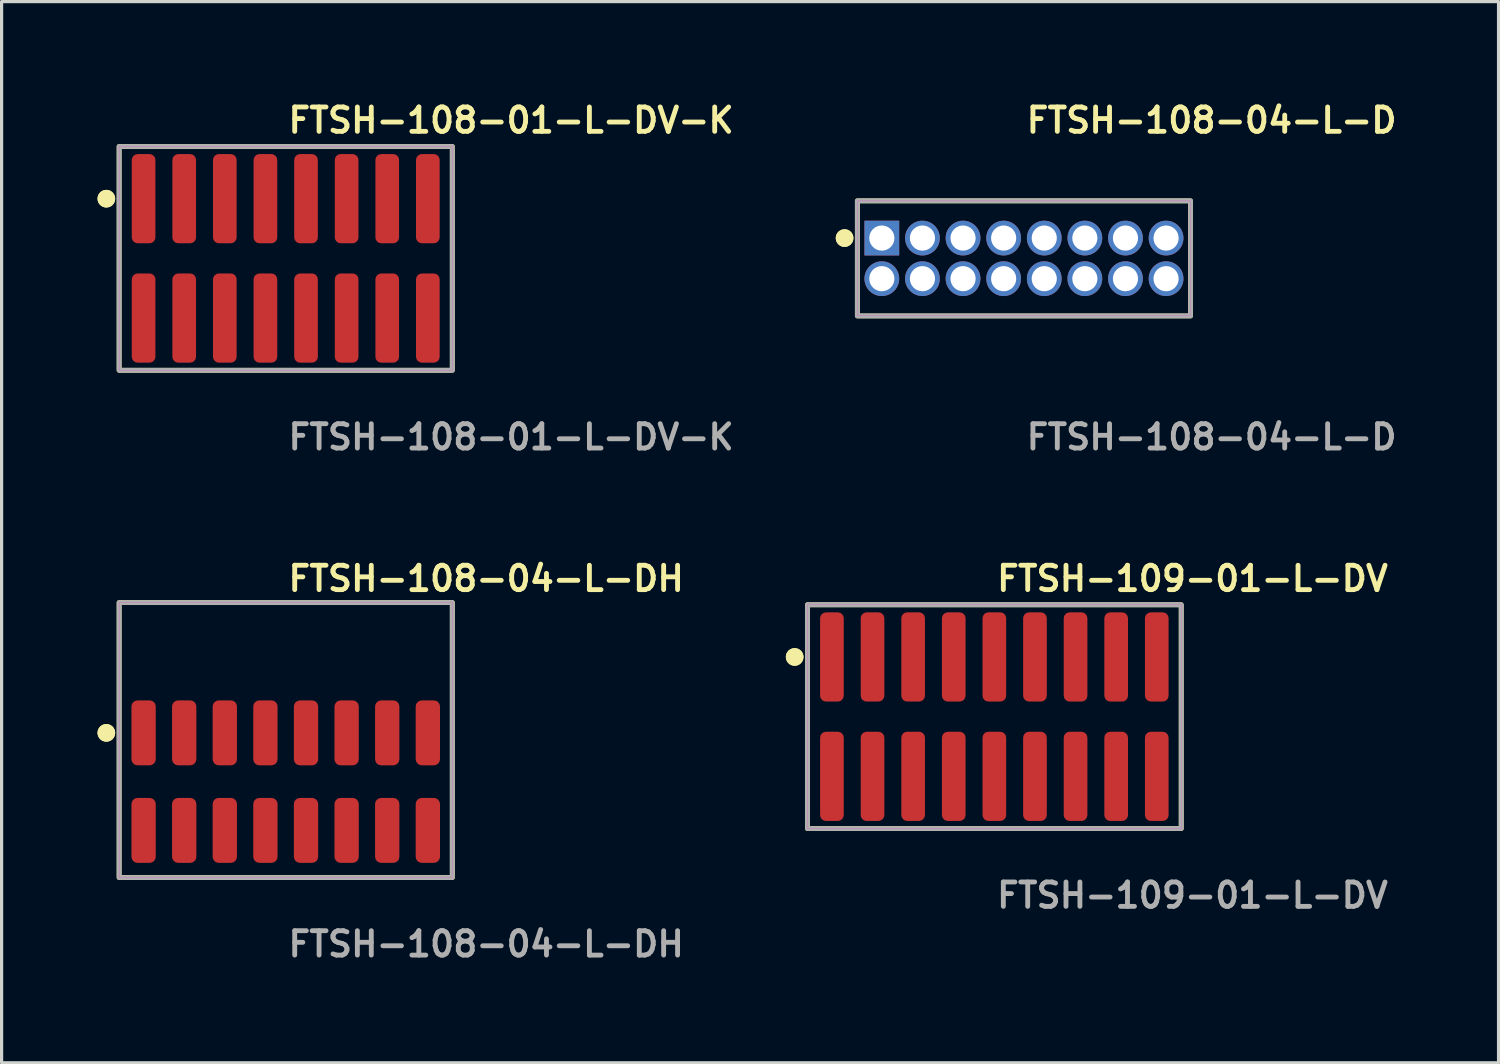
<source format=kicad_pcb>
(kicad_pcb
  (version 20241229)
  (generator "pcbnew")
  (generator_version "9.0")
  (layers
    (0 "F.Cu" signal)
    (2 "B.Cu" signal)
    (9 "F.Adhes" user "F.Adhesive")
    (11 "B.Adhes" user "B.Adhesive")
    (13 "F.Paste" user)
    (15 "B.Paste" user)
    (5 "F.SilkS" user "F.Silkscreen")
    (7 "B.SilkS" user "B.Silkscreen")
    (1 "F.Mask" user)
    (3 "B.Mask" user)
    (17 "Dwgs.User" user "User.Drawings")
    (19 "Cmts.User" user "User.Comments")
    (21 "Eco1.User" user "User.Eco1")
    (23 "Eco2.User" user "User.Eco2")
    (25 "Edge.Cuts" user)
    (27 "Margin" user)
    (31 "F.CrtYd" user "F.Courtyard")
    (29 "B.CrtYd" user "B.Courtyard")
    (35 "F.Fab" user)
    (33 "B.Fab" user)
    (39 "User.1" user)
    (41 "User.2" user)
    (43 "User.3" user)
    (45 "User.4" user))
  (footprint "FTSH-108-04-L-DH"
    (layer "F.Cu")
    (at 5.886 21.396)
    (property "Reference" "FTSH-108-04-L-DH" (at 0 -6.35 0) (unlocked yes) (layer "F.SilkS") (effects (font (size 0.762 0.762) (thickness 0.152)) (justify left)))
    (fp_rect (start -5.21 3) (end 5.21 -5.6) (stroke (width 0.152) (type solid)) (fill no) (layer "F.SilkS"))
    (fp_circle (center -5.61 -1.525) (end -5.81 -1.525) (stroke (width 0.152) (type solid)) (fill yes) (layer "F.SilkS"))
    (fp_circle (center -5.61 -1.525) (end -5.81 -1.525) (stroke (width 0.152) (type solid)) (fill yes) (layer "F.SilkS"))
    (fp_rect (start -5.21 3) (end 5.21 -5.6) (stroke (width 0.006) (type solid)) (fill no) (layer "F.CrtYd"))
    (fp_rect (start -5.21 3) (end 5.21 -5.6) (stroke (width 0.152) (type solid)) (fill no) (layer "F.Fab"))
    (fp_text user "${REFERENCE}" (at 0 5.08 0) (unlocked yes) (layer "F.Fab") (effects (font (size 0.762 0.762) (thickness 0.152)) (justify left)))
    (pad "1" smd roundrect (at -4.445 -1.525) (size 0.76 2.03) (layers "F.Cu" "F.Paste") (roundrect_rratio 0.25))
    (pad "2" smd roundrect (at -4.445 1.525) (size 0.76 2.03) (layers "F.Cu" "F.Paste") (roundrect_rratio 0.25))
    (pad "3" smd roundrect (at -3.175 -1.525) (size 0.76 2.03) (layers "F.Cu" "F.Paste") (roundrect_rratio 0.25))
    (pad "4" smd roundrect (at -3.175 1.525) (size 0.76 2.03) (layers "F.Cu" "F.Paste") (roundrect_rratio 0.25))
    (pad "5" smd roundrect (at -1.905 -1.525) (size 0.76 2.03) (layers "F.Cu" "F.Paste") (roundrect_rratio 0.25))
    (pad "6" smd roundrect (at -1.905 1.525) (size 0.76 2.03) (layers "F.Cu" "F.Paste") (roundrect_rratio 0.25))
    (pad "7" smd roundrect (at -0.635 -1.525) (size 0.76 2.03) (layers "F.Cu" "F.Paste") (roundrect_rratio 0.25))
    (pad "8" smd roundrect (at -0.635 1.525) (size 0.76 2.03) (layers "F.Cu" "F.Paste") (roundrect_rratio 0.25))
    (pad "9" smd roundrect (at 0.635 -1.525) (size 0.76 2.03) (layers "F.Cu" "F.Paste") (roundrect_rratio 0.25))
    (pad "10" smd roundrect (at 0.635 1.525) (size 0.76 2.03) (layers "F.Cu" "F.Paste") (roundrect_rratio 0.25))
    (pad "11" smd roundrect (at 1.905 -1.525) (size 0.76 2.03) (layers "F.Cu" "F.Paste") (roundrect_rratio 0.25))
    (pad "12" smd roundrect (at 1.905 1.525) (size 0.76 2.03) (layers "F.Cu" "F.Paste") (roundrect_rratio 0.25))
    (pad "13" smd roundrect (at 3.175 -1.525) (size 0.76 2.03) (layers "F.Cu" "F.Paste") (roundrect_rratio 0.25))
    (pad "14" smd roundrect (at 3.175 1.525) (size 0.76 2.03) (layers "F.Cu" "F.Paste") (roundrect_rratio 0.25))
    (pad "15" smd roundrect (at 4.445 -1.525) (size 0.76 2.03) (layers "F.Cu" "F.Paste") (roundrect_rratio 0.25))
    (pad "16" smd roundrect (at 4.445 1.525) (size 0.76 2.03) (layers "F.Cu" "F.Paste") (roundrect_rratio 0.25)))
  (footprint "FTSH-109-01-L-DV"
    (layer "F.Cu")
    (at 28.049 19.364)
    (property "Reference" "FTSH-109-01-L-DV" (at 0 -4.318 0) (unlocked yes) (layer "F.SilkS") (effects (font (size 0.762 0.762) (thickness 0.152)) (justify left)))
    (fp_rect (start -5.845 3.5) (end 5.845 -3.5) (stroke (width 0.152) (type solid)) (fill no) (layer "F.SilkS"))
    (fp_circle (center -6.245 -1.867) (end -6.445 -1.867) (stroke (width 0.152) (type solid)) (fill yes) (layer "F.SilkS"))
    (fp_circle (center -6.245 -1.867) (end -6.445 -1.867) (stroke (width 0.152) (type solid)) (fill yes) (layer "F.SilkS"))
    (fp_rect (start -5.845 3.5) (end 5.845 -3.5) (stroke (width 0.006) (type solid)) (fill no) (layer "F.CrtYd"))
    (fp_rect (start -5.845 3.5) (end 5.845 -3.5) (stroke (width 0.152) (type solid)) (fill no) (layer "F.Fab"))
    (fp_text user "${REFERENCE}" (at 0 5.588 0) (unlocked yes) (layer "F.Fab") (effects (font (size 0.762 0.762) (thickness 0.152)) (justify left)))
    (pad "1" smd roundrect (at -5.08 -1.867) (size 0.74 2.79) (layers "F.Cu" "F.Paste") (roundrect_rratio 0.25))
    (pad "2" smd roundrect (at -5.08 1.867) (size 0.74 2.79) (layers "F.Cu" "F.Paste") (roundrect_rratio 0.25))
    (pad "3" smd roundrect (at -3.81 -1.867) (size 0.74 2.79) (layers "F.Cu" "F.Paste") (roundrect_rratio 0.25))
    (pad "4" smd roundrect (at -3.81 1.867) (size 0.74 2.79) (layers "F.Cu" "F.Paste") (roundrect_rratio 0.25))
    (pad "5" smd roundrect (at -2.54 -1.867) (size 0.74 2.79) (layers "F.Cu" "F.Paste") (roundrect_rratio 0.25))
    (pad "6" smd roundrect (at -2.54 1.867) (size 0.74 2.79) (layers "F.Cu" "F.Paste") (roundrect_rratio 0.25))
    (pad "7" smd roundrect (at -1.27 -1.867) (size 0.74 2.79) (layers "F.Cu" "F.Paste") (roundrect_rratio 0.25))
    (pad "8" smd roundrect (at -1.27 1.867) (size 0.74 2.79) (layers "F.Cu" "F.Paste") (roundrect_rratio 0.25))
    (pad "9" smd roundrect (at 0 -1.867) (size 0.74 2.79) (layers "F.Cu" "F.Paste") (roundrect_rratio 0.25))
    (pad "10" smd roundrect (at 0 1.867) (size 0.74 2.79) (layers "F.Cu" "F.Paste") (roundrect_rratio 0.25))
    (pad "11" smd roundrect (at 1.27 -1.867) (size 0.74 2.79) (layers "F.Cu" "F.Paste") (roundrect_rratio 0.25))
    (pad "12" smd roundrect (at 1.27 1.867) (size 0.74 2.79) (layers "F.Cu" "F.Paste") (roundrect_rratio 0.25))
    (pad "13" smd roundrect (at 2.54 -1.867) (size 0.74 2.79) (layers "F.Cu" "F.Paste") (roundrect_rratio 0.25))
    (pad "14" smd roundrect (at 2.54 1.867) (size 0.74 2.79) (layers "F.Cu" "F.Paste") (roundrect_rratio 0.25))
    (pad "15" smd roundrect (at 3.81 -1.867) (size 0.74 2.79) (layers "F.Cu" "F.Paste") (roundrect_rratio 0.25))
    (pad "16" smd roundrect (at 3.81 1.867) (size 0.74 2.79) (layers "F.Cu" "F.Paste") (roundrect_rratio 0.25))
    (pad "17" smd roundrect (at 5.08 -1.867) (size 0.74 2.79) (layers "F.Cu" "F.Paste") (roundrect_rratio 0.25))
    (pad "18" smd roundrect (at 5.08 1.867) (size 0.74 2.79) (layers "F.Cu" "F.Paste") (roundrect_rratio 0.25)))
  (footprint "FTSH-108-04-L-D"
    (layer "F.Cu")
    (at 28.975 5.031)
    (property "Reference" "FTSH-108-04-L-D" (at 0 -4.318 0) (unlocked yes) (layer "F.SilkS") (effects (font (size 0.762 0.762) (thickness 0.152)) (justify left)))
    (fp_rect (start -5.21 1.8) (end 5.21 -1.8) (stroke (width 0.152) (type solid)) (fill no) (layer "F.SilkS"))
    (fp_circle (center -5.61 -0.635) (end -5.81 -0.635) (stroke (width 0.152) (type solid)) (fill yes) (layer "F.SilkS"))
    (fp_circle (center -5.61 -0.635) (end -5.81 -0.635) (stroke (width 0.152) (type solid)) (fill yes) (layer "F.SilkS"))
    (fp_rect (start -5.21 1.8) (end 5.21 -1.8) (stroke (width 0.006) (type solid)) (fill no) (layer "F.CrtYd"))
    (fp_rect (start -5.21 1.8) (end 5.21 -1.8) (stroke (width 0.152) (type solid)) (fill no) (layer "F.Fab"))
    (fp_text user "${REFERENCE}" (at 0 5.588 0) (unlocked yes) (layer "F.Fab") (effects (font (size 0.762 0.762) (thickness 0.152)) (justify left)))
    (pad "1" thru_hole rect (at -4.445 -0.635) (size 1.087 1.087) (drill 0.787) (layers "*.Cu" "*.Mask"))
    (pad "2" thru_hole circle (at -4.445 0.635) (size 1.087 1.087) (drill 0.787) (layers "*.Cu" "*.Mask"))
    (pad "3" thru_hole circle (at -3.175 -0.635) (size 1.087 1.087) (drill 0.787) (layers "*.Cu" "*.Mask"))
    (pad "4" thru_hole circle (at -3.175 0.635) (size 1.087 1.087) (drill 0.787) (layers "*.Cu" "*.Mask"))
    (pad "5" thru_hole circle (at -1.905 -0.635) (size 1.087 1.087) (drill 0.787) (layers "*.Cu" "*.Mask"))
    (pad "6" thru_hole circle (at -1.905 0.635) (size 1.087 1.087) (drill 0.787) (layers "*.Cu" "*.Mask"))
    (pad "7" thru_hole circle (at -0.635 -0.635) (size 1.087 1.087) (drill 0.787) (layers "*.Cu" "*.Mask"))
    (pad "8" thru_hole circle (at -0.635 0.635) (size 1.087 1.087) (drill 0.787) (layers "*.Cu" "*.Mask"))
    (pad "9" thru_hole circle (at 0.635 -0.635) (size 1.087 1.087) (drill 0.787) (layers "*.Cu" "*.Mask"))
    (pad "10" thru_hole circle (at 0.635 0.635) (size 1.087 1.087) (drill 0.787) (layers "*.Cu" "*.Mask"))
    (pad "11" thru_hole circle (at 1.905 -0.635) (size 1.087 1.087) (drill 0.787) (layers "*.Cu" "*.Mask"))
    (pad "12" thru_hole circle (at 1.905 0.635) (size 1.087 1.087) (drill 0.787) (layers "*.Cu" "*.Mask"))
    (pad "13" thru_hole circle (at 3.175 -0.635) (size 1.087 1.087) (drill 0.787) (layers "*.Cu" "*.Mask"))
    (pad "14" thru_hole circle (at 3.175 0.635) (size 1.087 1.087) (drill 0.787) (layers "*.Cu" "*.Mask"))
    (pad "15" thru_hole circle (at 4.445 -0.635) (size 1.087 1.087) (drill 0.787) (layers "*.Cu" "*.Mask"))
    (pad "16" thru_hole circle (at 4.445 0.635) (size 1.087 1.087) (drill 0.787) (layers "*.Cu" "*.Mask")))
  (footprint "FTSH-108-01-L-DV-K"
    (layer "F.Cu")
    (at 5.886 5.031)
    (property "Reference" "FTSH-108-01-L-DV-K" (at 0 -4.318 0) (unlocked yes) (layer "F.SilkS") (effects (font (size 0.762 0.762) (thickness 0.152)) (justify left)))
    (fp_rect (start -5.21 3.5) (end 5.21 -3.5) (stroke (width 0.152) (type solid)) (fill no) (layer "F.SilkS"))
    (fp_circle (center -5.61 -1.867) (end -5.81 -1.867) (stroke (width 0.152) (type solid)) (fill yes) (layer "F.SilkS"))
    (fp_circle (center -5.61 -1.867) (end -5.81 -1.867) (stroke (width 0.152) (type solid)) (fill yes) (layer "F.SilkS"))
    (fp_rect (start -5.21 3.5) (end 5.21 -3.5) (stroke (width 0.006) (type solid)) (fill no) (layer "F.CrtYd"))
    (fp_rect (start -5.21 3.5) (end 5.21 -3.5) (stroke (width 0.152) (type solid)) (fill no) (layer "F.Fab"))
    (fp_text user "${REFERENCE}" (at 0 5.588 0) (unlocked yes) (layer "F.Fab") (effects (font (size 0.762 0.762) (thickness 0.152)) (justify left)))
    (pad "1" smd roundrect (at -4.445 -1.867) (size 0.74 2.79) (layers "F.Cu" "F.Paste") (roundrect_rratio 0.25))
    (pad "2" smd roundrect (at -4.445 1.867) (size 0.74 2.79) (layers "F.Cu" "F.Paste") (roundrect_rratio 0.25))
    (pad "3" smd roundrect (at -3.175 -1.867) (size 0.74 2.79) (layers "F.Cu" "F.Paste") (roundrect_rratio 0.25))
    (pad "4" smd roundrect (at -3.175 1.867) (size 0.74 2.79) (layers "F.Cu" "F.Paste") (roundrect_rratio 0.25))
    (pad "5" smd roundrect (at -1.905 -1.867) (size 0.74 2.79) (layers "F.Cu" "F.Paste") (roundrect_rratio 0.25))
    (pad "6" smd roundrect (at -1.905 1.867) (size 0.74 2.79) (layers "F.Cu" "F.Paste") (roundrect_rratio 0.25))
    (pad "7" smd roundrect (at -0.635 -1.867) (size 0.74 2.79) (layers "F.Cu" "F.Paste") (roundrect_rratio 0.25))
    (pad "8" smd roundrect (at -0.635 1.867) (size 0.74 2.79) (layers "F.Cu" "F.Paste") (roundrect_rratio 0.25))
    (pad "9" smd roundrect (at 0.635 -1.867) (size 0.74 2.79) (layers "F.Cu" "F.Paste") (roundrect_rratio 0.25))
    (pad "10" smd roundrect (at 0.635 1.867) (size 0.74 2.79) (layers "F.Cu" "F.Paste") (roundrect_rratio 0.25))
    (pad "11" smd roundrect (at 1.905 -1.867) (size 0.74 2.79) (layers "F.Cu" "F.Paste") (roundrect_rratio 0.25))
    (pad "12" smd roundrect (at 1.905 1.867) (size 0.74 2.79) (layers "F.Cu" "F.Paste") (roundrect_rratio 0.25))
    (pad "13" smd roundrect (at 3.175 -1.867) (size 0.74 2.79) (layers "F.Cu" "F.Paste") (roundrect_rratio 0.25))
    (pad "14" smd roundrect (at 3.175 1.867) (size 0.74 2.79) (layers "F.Cu" "F.Paste") (roundrect_rratio 0.25))
    (pad "15" smd roundrect (at 4.445 -1.867) (size 0.74 2.79) (layers "F.Cu" "F.Paste") (roundrect_rratio 0.25))
    (pad "16" smd roundrect (at 4.445 1.867) (size 0.74 2.79) (layers "F.Cu" "F.Paste") (roundrect_rratio 0.25)))
  (gr_rect
    (start -3 -3)
    (end 43.818 30.189)
    (stroke (width 0.1) (type default))
    (fill no)
    (layer "Edge.Cuts")))
</source>
